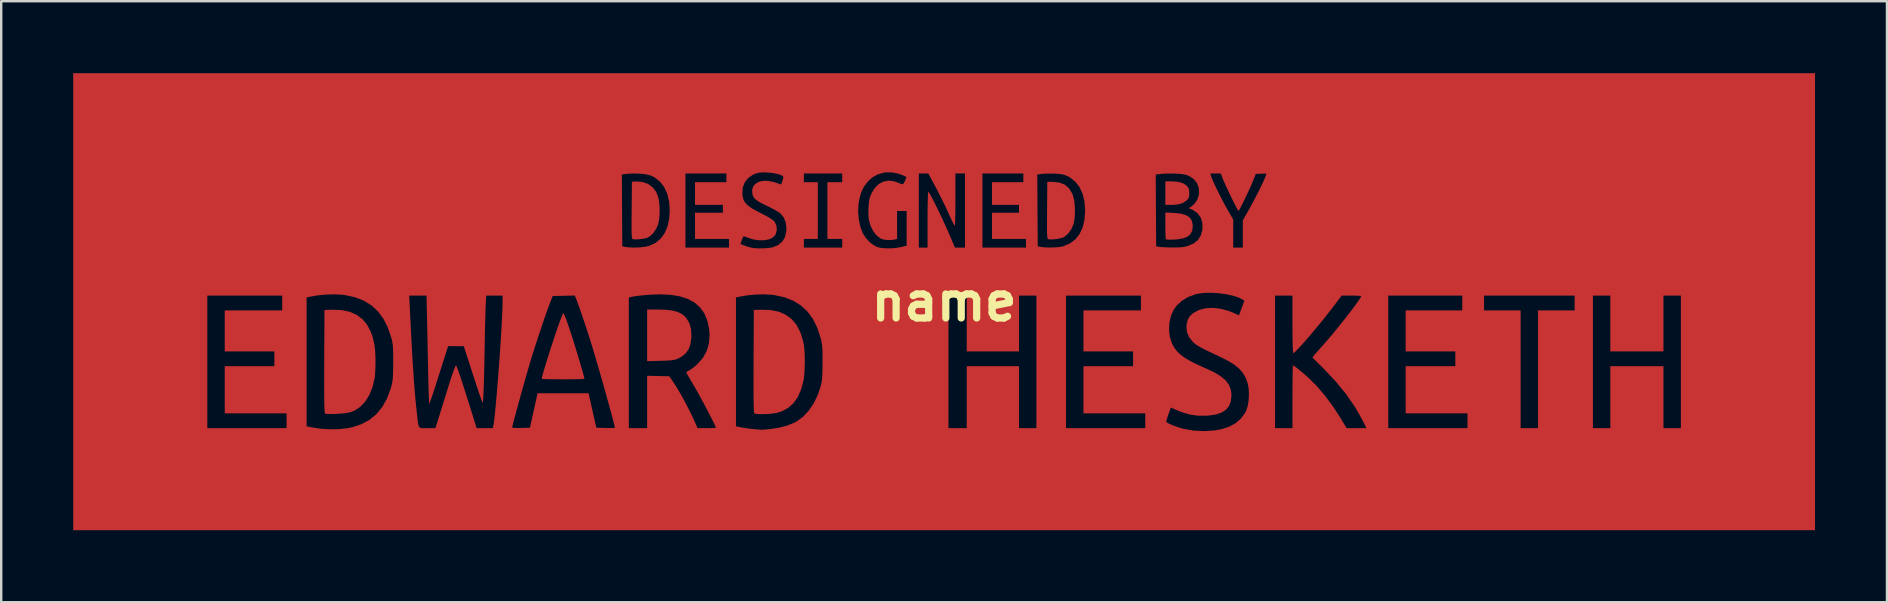
<source format=kicad_pcb>
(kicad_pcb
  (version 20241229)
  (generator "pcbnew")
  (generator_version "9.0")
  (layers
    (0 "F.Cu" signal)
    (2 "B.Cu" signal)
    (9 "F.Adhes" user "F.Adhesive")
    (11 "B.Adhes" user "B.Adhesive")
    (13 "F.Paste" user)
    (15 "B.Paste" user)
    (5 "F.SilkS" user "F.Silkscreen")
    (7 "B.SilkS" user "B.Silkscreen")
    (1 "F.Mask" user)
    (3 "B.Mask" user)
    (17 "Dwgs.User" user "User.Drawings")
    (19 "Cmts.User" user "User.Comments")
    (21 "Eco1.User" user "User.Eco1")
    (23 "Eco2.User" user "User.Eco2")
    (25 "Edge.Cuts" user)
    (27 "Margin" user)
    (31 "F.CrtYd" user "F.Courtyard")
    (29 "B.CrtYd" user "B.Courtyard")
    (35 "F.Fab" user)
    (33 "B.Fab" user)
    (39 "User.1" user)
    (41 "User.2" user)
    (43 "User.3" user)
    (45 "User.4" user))
  (footprint "name"
    (layer "F.Cu")
    (at 36.286 9.52)
    (property "Reference" "name" (at 0 0 0) (layer "F.SilkS") (effects (font (size 1.5 1.5) (thickness 0.3))))
    (attr board_only exclude_from_pos_files exclude_from_bom)
    (fp_poly (pts (xy 9.717 -4.998) (xy 9.921 -4.949) (xy 10.072 -4.864) (xy 10.111 -4.827) (xy 10.174 -4.75) (xy 10.205 -4.669) (xy 10.214 -4.553) (xy 10.214 -4.519) (xy 10.21 -4.396) (xy 10.188 -4.317) (xy 10.138 -4.251) (xy 10.098 -4.214) (xy 9.962 -4.121) (xy 9.793 -4.063) (xy 9.578 -4.036) (xy 9.461 -4.034) (xy 9.217 -4.033) (xy 9.217 -4.524) (xy 9.217 -5.015) (xy 9.455 -5.015)) (stroke (width 0) (type solid)) (fill yes) (layer "F.Cu"))
    (fp_poly (pts (xy 9.575 -3.699) (xy 9.849 -3.671) (xy 10.059 -3.614) (xy 10.21 -3.526) (xy 10.307 -3.404) (xy 10.354 -3.243) (xy 10.36 -3.143) (xy 10.336 -2.959) (xy 10.264 -2.815) (xy 10.138 -2.709) (xy 9.955 -2.637) (xy 9.71 -2.597) (xy 9.602 -2.589) (xy 9.453 -2.584) (xy 9.333 -2.586) (xy 9.258 -2.594) (xy 9.244 -2.6) (xy 9.234 -2.645) (xy 9.226 -2.748) (xy 9.22 -2.898) (xy 9.217 -3.08) (xy 9.217 -3.172) (xy 9.217 -3.716)) (stroke (width 0) (type solid)) (fill yes) (layer "F.Cu"))
    (fp_poly (pts (xy -11.612 0.336) (xy -11.346 0.365) (xy -11.131 0.417) (xy -10.957 0.495) (xy -10.816 0.602) (xy -10.743 0.68) (xy -10.618 0.885) (xy -10.546 1.135) (xy -10.528 1.431) (xy -10.532 1.508) (xy -10.57 1.778) (xy -10.651 1.995) (xy -10.781 2.168) (xy -10.966 2.306) (xy -11.085 2.368) (xy -11.166 2.401) (xy -11.252 2.424) (xy -11.356 2.441) (xy -11.494 2.452) (xy -11.68 2.46) (xy -11.82 2.464) (xy -12.373 2.479) (xy -12.373 1.403) (xy -12.373 0.327) (xy -11.94 0.327)) (stroke (width 0) (type solid)) (fill yes) (layer "F.Cu"))
    (fp_poly (pts (xy 4.555 -4.992) (xy 4.816 -4.96) (xy 5.03 -4.874) (xy 5.199 -4.73) (xy 5.327 -4.528) (xy 5.373 -4.415) (xy 5.418 -4.229) (xy 5.445 -3.998) (xy 5.452 -3.747) (xy 5.439 -3.503) (xy 5.407 -3.29) (xy 5.387 -3.217) (xy 5.301 -3.023) (xy 5.178 -2.851) (xy 5.035 -2.72) (xy 4.963 -2.678) (xy 4.858 -2.644) (xy 4.715 -2.616) (xy 4.562 -2.598) (xy 4.426 -2.594) (xy 4.345 -2.603) (xy 4.327 -2.612) (xy 4.313 -2.633) (xy 4.303 -2.674) (xy 4.295 -2.741) (xy 4.29 -2.842) (xy 4.287 -2.985) (xy 4.287 -3.176) (xy 4.288 -3.424) (xy 4.29 -3.736) (xy 4.29 -3.809) (xy 4.3 -4.996)) (stroke (width 0) (type solid)) (fill yes) (layer "F.Cu"))
    (fp_poly (pts (xy -12.754 -5.007) (xy -12.61 -4.991) (xy -12.532 -4.977) (xy -12.321 -4.898) (xy -12.139 -4.759) (xy -11.997 -4.57) (xy -11.916 -4.379) (xy -11.874 -4.173) (xy -11.853 -3.928) (xy -11.853 -3.669) (xy -11.873 -3.424) (xy -11.914 -3.223) (xy -11.994 -3.038) (xy -12.11 -2.868) (xy -12.246 -2.735) (xy -12.357 -2.668) (xy -12.46 -2.638) (xy -12.599 -2.614) (xy -12.749 -2.598) (xy -12.88 -2.594) (xy -12.964 -2.603) (xy -12.981 -2.612) (xy -12.995 -2.633) (xy -13.006 -2.674) (xy -13.013 -2.741) (xy -13.018 -2.842) (xy -13.021 -2.985) (xy -13.022 -3.176) (xy -13.021 -3.424) (xy -13.019 -3.736) (xy -13.018 -3.809) (xy -13.008 -4.996) (xy -12.871 -5.008)) (stroke (width 0) (type solid)) (fill yes) (layer "F.Cu"))
    (fp_poly (pts (xy -7.22 0.349) (xy -6.884 0.419) (xy -6.594 0.546) (xy -6.349 0.729) (xy -6.148 0.969) (xy -5.992 1.267) (xy -5.879 1.624) (xy -5.841 1.81) (xy -5.82 1.995) (xy -5.807 2.229) (xy -5.804 2.49) (xy -5.809 2.756) (xy -5.823 3.002) (xy -5.845 3.208) (xy -5.855 3.27) (xy -5.954 3.647) (xy -6.092 3.964) (xy -6.271 4.222) (xy -6.491 4.421) (xy -6.755 4.564) (xy -6.969 4.631) (xy -7.102 4.655) (xy -7.266 4.672) (xy -7.442 4.683) (xy -7.612 4.686) (xy -7.759 4.682) (xy -7.864 4.67) (xy -7.902 4.657) (xy -7.911 4.637) (xy -7.92 4.586) (xy -7.926 4.5) (xy -7.932 4.375) (xy -7.936 4.205) (xy -7.938 3.986) (xy -7.94 3.713) (xy -7.94 3.382) (xy -7.94 2.988) (xy -7.938 2.527) (xy -7.938 2.487) (xy -7.928 0.345) (xy -7.602 0.335)) (stroke (width 0) (type solid)) (fill yes) (layer "F.Cu"))
    (fp_poly (pts (xy -25.107 0.349) (xy -24.77 0.42) (xy -24.479 0.546) (xy -24.235 0.728) (xy -24.037 0.966) (xy -23.885 1.26) (xy -23.86 1.326) (xy -23.788 1.552) (xy -23.739 1.777) (xy -23.708 2.021) (xy -23.693 2.303) (xy -23.691 2.507) (xy -23.694 2.71) (xy -23.703 2.911) (xy -23.715 3.086) (xy -23.73 3.205) (xy -23.818 3.57) (xy -23.949 3.891) (xy -24.119 4.162) (xy -24.325 4.378) (xy -24.561 4.535) (xy -24.721 4.6) (xy -24.829 4.625) (xy -24.978 4.646) (xy -25.152 4.663) (xy -25.333 4.675) (xy -25.505 4.681) (xy -25.65 4.68) (xy -25.753 4.671) (xy -25.79 4.66) (xy -25.8 4.639) (xy -25.809 4.587) (xy -25.815 4.501) (xy -25.821 4.375) (xy -25.825 4.204) (xy -25.827 3.984) (xy -25.829 3.711) (xy -25.829 3.379) (xy -25.828 2.984) (xy -25.827 2.522) (xy -25.827 2.487) (xy -25.817 0.345) (xy -25.491 0.335)) (stroke (width 0) (type solid)) (fill yes) (layer "F.Cu"))
    (fp_poly (pts (xy -15.843 0.511) (xy -15.799 0.606) (xy -15.738 0.762) (xy -15.661 0.976) (xy -15.572 1.243) (xy -15.503 1.454) (xy -15.429 1.689) (xy -15.351 1.939) (xy -15.274 2.192) (xy -15.2 2.439) (xy -15.133 2.668) (xy -15.074 2.871) (xy -15.028 3.035) (xy -14.998 3.152) (xy -14.986 3.211) (xy -14.986 3.212) (xy -15.021 3.218) (xy -15.118 3.224) (xy -15.268 3.228) (xy -15.462 3.232) (xy -15.689 3.234) (xy -15.875 3.234) (xy -16.12 3.233) (xy -16.34 3.231) (xy -16.523 3.228) (xy -16.662 3.223) (xy -16.744 3.218) (xy -16.764 3.214) (xy -16.753 3.148) (xy -16.722 3.026) (xy -16.674 2.857) (xy -16.612 2.649) (xy -16.539 2.413) (xy -16.459 2.158) (xy -16.373 1.892) (xy -16.285 1.624) (xy -16.198 1.365) (xy -16.115 1.122) (xy -16.04 0.906) (xy -15.974 0.724) (xy -15.921 0.588) (xy -15.884 0.504) (xy -15.869 0.482)) (stroke (width 0) (type solid)) (fill yes) (layer "F.Cu"))
    (fp_poly (pts (xy 36.286 0) (xy 36.286 9.52) (xy 0 9.52) (xy -36.286 9.52) (xy -36.286 0) (xy -36.286 -0.254) (xy -30.698 -0.254) (xy -30.698 2.507) (xy -30.698 5.269) (xy -29.047 5.269) (xy -27.396 5.269) (xy -27.396 5.191) (xy -26.561 5.191) (xy -26.352 5.235) (xy -25.984 5.292) (xy -25.595 5.317) (xy -25.209 5.31) (xy -24.849 5.27) (xy -24.644 5.228) (xy -24.266 5.101) (xy -23.936 4.919) (xy -23.651 4.683) (xy -23.411 4.391) (xy -23.215 4.042) (xy -23.062 3.634) (xy -23.035 3.541) (xy -23.007 3.43) (xy -22.986 3.322) (xy -22.971 3.202) (xy -22.962 3.058) (xy -22.956 2.875) (xy -22.954 2.639) (xy -22.953 2.525) (xy -22.953 2.267) (xy -22.956 2.068) (xy -22.962 1.913) (xy -22.973 1.788) (xy -22.99 1.679) (xy -23.013 1.572) (xy -23.033 1.496) (xy -23.178 1.071) (xy -23.364 0.705) (xy -23.593 0.398) (xy -23.867 0.147) (xy -24.186 -0.048) (xy -24.553 -0.188) (xy -24.867 -0.254) (xy -22.286 -0.254) (xy -22.264 0.209) (xy -22.232 0.846) (xy -22.203 1.418) (xy -22.176 1.93) (xy -22.15 2.388) (xy -22.124 2.8) (xy -22.099 3.172) (xy -22.074 3.51) (xy -22.049 3.822) (xy -22.023 4.112) (xy -21.995 4.389) (xy -21.97 4.615) (xy -21.945 4.847) (xy -21.925 5.018) (xy -21.904 5.135) (xy -21.876 5.21) (xy -21.835 5.251) (xy -21.773 5.268) (xy -21.685 5.271) (xy -21.565 5.269) (xy -21.537 5.269) (xy -21.195 5.269) (xy -21.032 4.751) (xy -20.97 4.553) (xy -20.893 4.306) (xy -20.807 4.03) (xy -20.719 3.747) (xy -20.635 3.475) (xy -20.625 3.443) (xy -20.553 3.217) (xy -20.486 3.016) (xy -20.427 2.85) (xy -20.379 2.729) (xy -20.348 2.662) (xy -20.338 2.653) (xy -20.316 2.687) (xy -20.274 2.791) (xy -20.213 2.962) (xy -20.132 3.199) (xy -20.033 3.501) (xy -19.915 3.868) (xy -19.78 4.298) (xy -19.626 4.789) (xy -19.548 5.042) (xy -19.478 5.269) (xy -19.14 5.269) (xy -18.802 5.269) (xy -13.135 5.269) (xy -12.754 5.269) (xy -12.373 5.269) (xy -12.373 4.178) (xy -12.373 3.087) (xy -11.911 3.097) (xy -11.448 3.107) (xy -11.208 3.465) (xy -11.09 3.654) (xy -10.952 3.893) (xy -10.804 4.162) (xy -10.656 4.446) (xy -10.518 4.725) (xy -10.397 4.983) (xy -10.363 5.06) (xy -10.273 5.269) (xy -9.89 5.269) (xy -9.733 5.267) (xy -9.607 5.262) (xy -9.527 5.255) (xy -9.507 5.249) (xy -9.524 5.201) (xy -9.528 5.191) (xy -8.672 5.191) (xy -8.464 5.235) (xy -8.32 5.261) (xy -8.141 5.286) (xy -7.967 5.305) (xy -7.965 5.305) (xy -7.823 5.318) (xy -7.708 5.329) (xy -7.64 5.336) (xy -7.633 5.336) (xy -7.581 5.335) (xy -7.475 5.327) (xy -7.33 5.314) (xy -7.216 5.303) (xy -6.868 5.249) (xy -6.541 5.162) (xy -6.254 5.049) (xy -6.136 4.986) (xy -5.875 4.794) (xy -5.638 4.54) (xy -5.432 4.234) (xy -5.263 3.885) (xy -5.147 3.543) (xy -5.119 3.429) (xy -5.098 3.317) (xy -5.083 3.193) (xy -5.074 3.044) (xy -5.068 2.854) (xy -5.066 2.609) (xy -5.065 2.544) (xy -5.065 2.285) (xy -5.068 2.084) (xy -5.075 1.927) (xy -5.087 1.797) (xy -5.106 1.68) (xy -5.132 1.562) (xy -5.143 1.519) (xy -5.28 1.094) (xy -5.461 0.726) (xy -5.688 0.416) (xy -5.961 0.161) (xy -6.28 -0.038) (xy -6.647 -0.183) (xy -6.975 -0.254) (xy 0.181 -0.254) (xy 0.181 2.507) (xy 0.181 5.269) (xy 0.562 5.269) (xy 0.943 5.269) (xy 0.943 3.979) (xy 0.943 2.689) (xy 2.032 2.689) (xy 3.121 2.689) (xy 3.121 3.979) (xy 3.121 5.269) (xy 3.483 5.269) (xy 3.846 5.269) (xy 3.846 2.507) (xy 3.846 -0.254) (xy 5.08 -0.254) (xy 5.08 2.507) (xy 5.08 5.269) (xy 6.731 5.269) (xy 8.382 5.269) (xy 8.382 5.003) (xy 9.253 5.003) (xy 9.285 5.035) (xy 9.372 5.082) (xy 9.497 5.137) (xy 9.647 5.195) (xy 9.805 5.248) (xy 9.957 5.292) (xy 10.001 5.303) (xy 10.406 5.371) (xy 10.829 5.392) (xy 11.245 5.368) (xy 11.532 5.32) (xy 11.859 5.217) (xy 12.139 5.066) (xy 12.369 4.869) (xy 12.542 4.632) (xy 12.583 4.55) (xy 12.648 4.354) (xy 12.688 4.115) (xy 12.701 3.856) (xy 12.687 3.605) (xy 12.647 3.393) (xy 12.564 3.166) (xy 12.449 2.968) (xy 12.293 2.789) (xy 12.089 2.623) (xy 11.828 2.462) (xy 11.518 2.306) (xy 11.236 2.173) (xy 11.011 2.066) (xy 10.835 1.979) (xy 10.699 1.908) (xy 10.594 1.849) (xy 10.513 1.796) (xy 10.445 1.745) (xy 10.384 1.692) (xy 10.369 1.678) (xy 10.212 1.486) (xy 10.121 1.269) (xy 10.097 1.034) (xy 10.105 0.951) (xy 10.152 0.758) (xy 10.233 0.612) (xy 10.363 0.487) (xy 10.385 0.471) (xy 10.618 0.346) (xy 10.89 0.274) (xy 11.191 0.256) (xy 11.513 0.292) (xy 11.844 0.381) (xy 12.057 0.466) (xy 12.285 0.57) (xy 12.398 0.265) (xy 12.511 -0.04) (xy 12.431 -0.092) (xy 12.253 -0.181) (xy 12.021 -0.254) (xy 13.789 -0.254) (xy 13.789 2.507) (xy 13.789 5.269) (xy 14.151 5.269) (xy 14.514 5.269) (xy 14.514 3.961) (xy 14.515 3.661) (xy 14.517 3.385) (xy 14.519 3.141) (xy 14.523 2.938) (xy 14.527 2.784) (xy 14.531 2.686) (xy 14.536 2.653) (xy 14.582 2.676) (xy 14.672 2.741) (xy 14.798 2.842) (xy 14.952 2.97) (xy 15.124 3.119) (xy 15.129 3.123) (xy 15.513 3.499) (xy 15.892 3.943) (xy 16.261 4.448) (xy 16.581 4.951) (xy 16.77 5.269) (xy 17.185 5.269) (xy 17.599 5.269) (xy 17.431 4.933) (xy 17.126 4.394) (xy 16.752 3.854) (xy 16.31 3.314) (xy 15.813 2.788) (xy 15.345 2.324) (xy 15.429 2.221) (xy 15.484 2.155) (xy 15.577 2.049) (xy 15.693 1.917) (xy 15.821 1.774) (xy 15.835 1.758) (xy 15.985 1.587) (xy 16.152 1.391) (xy 16.328 1.177) (xy 16.508 0.954) (xy 16.687 0.73) (xy 16.857 0.512) (xy 17.013 0.308) (xy 17.149 0.125) (xy 17.259 -0.029) (xy 17.337 -0.145) (xy 17.377 -0.217) (xy 17.381 -0.231) (xy 17.347 -0.241) (xy 17.255 -0.248) (xy 17.119 -0.253) (xy 16.973 -0.254) (xy 16.564 -0.254) (xy 16.214 0.209) (xy 16.036 0.44) (xy 15.846 0.681) (xy 15.649 0.923) (xy 15.452 1.161) (xy 15.261 1.389) (xy 15.08 1.598) (xy 14.916 1.783) (xy 14.775 1.937) (xy 14.663 2.052) (xy 14.584 2.124) (xy 14.548 2.144) (xy 14.539 2.109) (xy 14.531 2.007) (xy 14.525 1.844) (xy 14.519 1.627) (xy 14.516 1.361) (xy 14.514 1.053) (xy 14.514 0.945) (xy 14.514 -0.254) (xy 18.506 -0.254) (xy 18.506 2.507) (xy 18.506 5.269) (xy 20.157 5.269) (xy 21.808 5.269) (xy 21.808 4.96) (xy 21.808 4.651) (xy 20.52 4.651) (xy 19.231 4.651) (xy 19.231 3.67) (xy 19.231 2.689) (xy 20.266 2.689) (xy 21.3 2.689) (xy 21.3 2.38) (xy 21.3 2.071) (xy 20.266 2.071) (xy 19.231 2.071) (xy 19.231 1.217) (xy 19.231 0.363) (xy 20.411 0.363) (xy 21.59 0.363) (xy 21.59 0.055) (xy 21.59 -0.254) (xy 22.497 -0.254) (xy 22.497 0.055) (xy 22.497 0.363) (xy 23.259 0.363) (xy 24.021 0.363) (xy 24.021 2.816) (xy 24.021 5.269) (xy 24.384 5.269) (xy 24.747 5.269) (xy 24.747 2.816) (xy 24.747 0.363) (xy 25.509 0.363) (xy 26.271 0.363) (xy 26.271 0.055) (xy 26.271 -0.254) (xy 27.033 -0.254) (xy 27.033 2.507) (xy 27.033 5.269) (xy 27.396 5.269) (xy 27.759 5.269) (xy 27.759 3.979) (xy 27.759 2.689) (xy 28.865 2.689) (xy 29.972 2.689) (xy 29.972 3.979) (xy 29.972 5.269) (xy 30.335 5.269) (xy 30.698 5.269) (xy 30.698 2.507) (xy 30.698 -0.254) (xy 30.335 -0.254) (xy 29.972 -0.254) (xy 29.972 0.908) (xy 29.972 2.071) (xy 28.865 2.071) (xy 27.759 2.071) (xy 27.759 0.908) (xy 27.759 -0.254) (xy 27.396 -0.254) (xy 27.033 -0.254) (xy 26.271 -0.254) (xy 24.384 -0.254) (xy 22.497 -0.254) (xy 21.59 -0.254) (xy 20.048 -0.254) (xy 18.506 -0.254) (xy 14.514 -0.254) (xy 14.151 -0.254) (xy 13.789 -0.254) (xy 12.021 -0.254) (xy 12.02 -0.255) (xy 11.749 -0.313) (xy 11.456 -0.352) (xy 11.159 -0.371) (xy 10.874 -0.368) (xy 10.617 -0.34) (xy 10.496 -0.315) (xy 10.181 -0.202) (xy 9.91 -0.04) (xy 9.688 0.165) (xy 9.56 0.344) (xy 9.448 0.6) (xy 9.385 0.888) (xy 9.372 1.19) (xy 9.409 1.483) (xy 9.497 1.747) (xy 9.505 1.765) (xy 9.597 1.926) (xy 9.71 2.072) (xy 9.851 2.208) (xy 10.029 2.338) (xy 10.252 2.47) (xy 10.527 2.609) (xy 10.862 2.761) (xy 10.941 2.795) (xy 11.268 2.949) (xy 11.527 3.107) (xy 11.723 3.272) (xy 11.859 3.449) (xy 11.941 3.643) (xy 11.973 3.859) (xy 11.973 3.904) (xy 11.947 4.15) (xy 11.868 4.352) (xy 11.734 4.511) (xy 11.544 4.628) (xy 11.295 4.707) (xy 10.986 4.747) (xy 10.924 4.75) (xy 10.566 4.748) (xy 10.241 4.702) (xy 9.919 4.608) (xy 9.728 4.532) (xy 9.446 4.41) (xy 9.349 4.685) (xy 9.304 4.819) (xy 9.27 4.93) (xy 9.253 4.996) (xy 9.253 5.003) (xy 8.382 5.003) (xy 8.382 4.96) (xy 8.382 4.651) (xy 7.094 4.651) (xy 5.806 4.651) (xy 5.806 3.67) (xy 5.806 2.689) (xy 6.84 2.689) (xy 7.874 2.689) (xy 7.874 2.38) (xy 7.874 2.071) (xy 6.84 2.071) (xy 5.806 2.071) (xy 5.806 1.217) (xy 5.806 0.363) (xy 7.003 0.363) (xy 8.201 0.363) (xy 8.201 0.055) (xy 8.201 -0.254) (xy 6.64 -0.254) (xy 5.08 -0.254) (xy 3.846 -0.254) (xy 3.483 -0.254) (xy 3.121 -0.254) (xy 3.121 0.908) (xy 3.121 2.071) (xy 2.032 2.071) (xy 0.943 2.071) (xy 0.943 0.908) (xy 0.943 -0.254) (xy 0.562 -0.254) (xy 0.181 -0.254) (xy -6.975 -0.254) (xy -7.062 -0.273) (xy -7.202 -0.291) (xy -7.514 -0.307) (xy -7.859 -0.297) (xy -8.205 -0.264) (xy -8.482 -0.217) (xy -8.672 -0.176) (xy -8.672 2.508) (xy -8.672 5.191) (xy -9.528 5.191) (xy -9.57 5.101) (xy -9.641 4.956) (xy -9.731 4.779) (xy -9.835 4.578) (xy -9.948 4.363) (xy -10.064 4.146) (xy -10.178 3.935) (xy -10.285 3.741) (xy -10.379 3.575) (xy -10.449 3.457) (xy -10.549 3.289) (xy -10.635 3.144) (xy -10.699 3.031) (xy -10.735 2.962) (xy -10.741 2.948) (xy -10.711 2.916) (xy -10.638 2.872) (xy -10.619 2.862) (xy -10.534 2.81) (xy -10.42 2.723) (xy -10.298 2.619) (xy -10.275 2.598) (xy -10.051 2.344) (xy -9.892 2.059) (xy -9.798 1.742) (xy -9.77 1.395) (xy -9.79 1.135) (xy -9.863 0.792) (xy -9.986 0.496) (xy -10.158 0.248) (xy -10.382 0.047) (xy -10.659 -0.109) (xy -10.99 -0.219) (xy -11.377 -0.285) (xy -11.82 -0.307) (xy -12.264 -0.291) (xy -12.466 -0.274) (xy -12.659 -0.255) (xy -12.824 -0.236) (xy -12.939 -0.218) (xy -12.951 -0.215) (xy -13.135 -0.176) (xy -13.135 2.547) (xy -13.135 5.269) (xy -18.802 5.269) (xy -18.796 5.241) (xy -17.998 5.241) (xy -17.964 5.253) (xy -17.873 5.26) (xy -17.74 5.263) (xy -17.627 5.261) (xy -17.256 5.251) (xy -17.159 4.815) (xy -17.114 4.611) (xy -17.067 4.4) (xy -17.025 4.211) (xy -17 4.097) (xy -16.938 3.815) (xy -15.875 3.815) (xy -14.812 3.815) (xy -14.75 4.097) (xy -14.715 4.251) (xy -14.671 4.448) (xy -14.624 4.659) (xy -14.588 4.815) (xy -14.489 5.251) (xy -14.103 5.261) (xy -13.945 5.263) (xy -13.818 5.262) (xy -13.738 5.256) (xy -13.716 5.249) (xy -13.726 5.196) (xy -13.754 5.082) (xy -13.797 4.913) (xy -13.854 4.699) (xy -13.923 4.448) (xy -14 4.167) (xy -14.084 3.866) (xy -14.172 3.551) (xy -14.263 3.231) (xy -14.353 2.914) (xy -14.442 2.609) (xy -14.525 2.323) (xy -14.602 2.064) (xy -14.665 1.857) (xy -14.737 1.624) (xy -14.82 1.366) (xy -14.909 1.094) (xy -14.999 0.82) (xy -15.088 0.558) (xy -15.17 0.319) (xy -15.242 0.115) (xy -15.299 -0.041) (xy -15.33 -0.119) (xy -15.387 -0.257) (xy -15.847 -0.246) (xy -16.308 -0.236) (xy -16.428 0.073) (xy -16.502 0.269) (xy -16.593 0.523) (xy -16.696 0.821) (xy -16.808 1.152) (xy -16.925 1.503) (xy -17.041 1.863) (xy -17.154 2.218) (xy -17.181 2.303) (xy -17.228 2.457) (xy -17.287 2.656) (xy -17.354 2.89) (xy -17.429 3.15) (xy -17.508 3.429) (xy -17.589 3.715) (xy -17.668 4.002) (xy -17.745 4.279) (xy -17.816 4.537) (xy -17.878 4.769) (xy -17.93 4.964) (xy -17.969 5.114) (xy -17.992 5.21) (xy -17.998 5.241) (xy -18.796 5.241) (xy -18.781 5.169) (xy -18.76 5.043) (xy -18.736 4.853) (xy -18.71 4.607) (xy -18.681 4.313) (xy -18.651 3.98) (xy -18.62 3.616) (xy -18.588 3.229) (xy -18.557 2.827) (xy -18.527 2.419) (xy -18.499 2.014) (xy -18.473 1.618) (xy -18.45 1.242) (xy -18.43 0.892) (xy -18.414 0.578) (xy -18.403 0.308) (xy -18.398 0.089) (xy -18.397 0.009) (xy -18.397 -0.254) (xy -18.738 -0.254) (xy -19.079 -0.254) (xy -19.1 0.154) (xy -19.106 0.293) (xy -19.112 0.491) (xy -19.119 0.737) (xy -19.126 1.018) (xy -19.132 1.321) (xy -19.138 1.634) (xy -19.14 1.781) (xy -19.149 2.272) (xy -19.158 2.715) (xy -19.168 3.107) (xy -19.177 3.446) (xy -19.188 3.726) (xy -19.198 3.947) (xy -19.209 4.103) (xy -19.219 4.193) (xy -19.227 4.214) (xy -19.243 4.181) (xy -19.278 4.086) (xy -19.331 3.938) (xy -19.397 3.744) (xy -19.474 3.514) (xy -19.559 3.253) (xy -19.631 3.034) (xy -20.012 1.854) (xy -20.339 1.853) (xy -20.666 1.853) (xy -21.046 3.052) (xy -21.136 3.333) (xy -21.219 3.59) (xy -21.293 3.816) (xy -21.356 4.003) (xy -21.405 4.143) (xy -21.436 4.228) (xy -21.448 4.252) (xy -21.454 4.217) (xy -21.461 4.118) (xy -21.468 3.963) (xy -21.476 3.762) (xy -21.483 3.522) (xy -21.49 3.252) (xy -21.494 3.08) (xy -21.501 2.723) (xy -21.509 2.325) (xy -21.518 1.91) (xy -21.527 1.501) (xy -21.535 1.12) (xy -21.541 0.827) (xy -21.565 -0.254) (xy -21.926 -0.254) (xy -22.286 -0.254) (xy -24.867 -0.254) (xy -24.969 -0.276) (xy -25.09 -0.291) (xy -25.403 -0.307) (xy -25.748 -0.297) (xy -26.094 -0.264) (xy -26.371 -0.217) (xy -26.561 -0.176) (xy -26.561 2.508) (xy -26.561 5.191) (xy -27.396 5.191) (xy -27.396 4.96) (xy -27.396 4.651) (xy -28.684 4.651) (xy -29.972 4.651) (xy -29.972 3.67) (xy -29.972 2.689) (xy -28.938 2.689) (xy -27.904 2.689) (xy -27.904 2.38) (xy -27.904 2.071) (xy -28.938 2.071) (xy -29.972 2.071) (xy -29.972 1.217) (xy -29.972 0.363) (xy -28.775 0.363) (xy -27.577 0.363) (xy -27.577 0.055) (xy -27.577 -0.254) (xy -29.137 -0.254) (xy -30.698 -0.254) (xy -36.286 -0.254) (xy -36.286 -5.3) (xy -13.427 -5.3) (xy -13.417 -3.804) (xy -13.408 -2.308) (xy -13.299 -2.285) (xy -13.116 -2.261) (xy -12.894 -2.255) (xy -12.661 -2.265) (xy -12.445 -2.291) (xy -12.292 -2.325) (xy -12.036 -2.441) (xy -11.822 -2.613) (xy -11.653 -2.839) (xy -11.53 -3.115) (xy -11.455 -3.438) (xy -11.43 -3.797) (xy -11.456 -4.167) (xy -11.534 -4.493) (xy -11.661 -4.772) (xy -11.837 -5) (xy -12.059 -5.176) (xy -12.186 -5.243) (xy -12.329 -5.287) (xy -12.523 -5.32) (xy -12.746 -5.338) (xy -12.961 -5.342) (xy -10.777 -5.342) (xy -10.777 -3.797) (xy -10.777 -2.253) (xy -9.87 -2.253) (xy -8.963 -2.253) (xy -8.963 -2.402) (xy -8.485 -2.402) (xy -8.327 -2.342) (xy -8.2 -2.297) (xy -8.077 -2.26) (xy -8.048 -2.252) (xy -7.897 -2.23) (xy -7.704 -2.221) (xy -7.497 -2.224) (xy -7.301 -2.239) (xy -7.145 -2.265) (xy -7.12 -2.272) (xy -6.899 -2.369) (xy -6.735 -2.51) (xy -6.627 -2.698) (xy -6.574 -2.932) (xy -6.569 -3.05) (xy -6.597 -3.303) (xy -6.683 -3.513) (xy -6.829 -3.683) (xy -6.852 -3.701) (xy -6.938 -3.759) (xy -7.072 -3.836) (xy -7.234 -3.921) (xy -7.383 -3.994) (xy -7.593 -4.096) (xy -7.745 -4.181) (xy -7.851 -4.256) (xy -7.92 -4.329) (xy -7.964 -4.41) (xy -7.982 -4.466) (xy -8.001 -4.643) (xy -7.959 -4.792) (xy -7.863 -4.91) (xy -7.721 -4.992) (xy -7.541 -5.035) (xy -7.329 -5.034) (xy -7.093 -4.985) (xy -7.05 -4.971) (xy -6.788 -4.883) (xy -6.732 -5.046) (xy -6.701 -5.153) (xy -6.7 -5.212) (xy -6.722 -5.24) (xy -6.835 -5.291) (xy -7 -5.335) (xy -7.038 -5.342) (xy -5.842 -5.342) (xy -5.842 -5.16) (xy -5.842 -4.978) (xy -5.552 -4.978) (xy -5.261 -4.978) (xy -5.261 -3.797) (xy -5.261 -2.616) (xy -5.552 -2.616) (xy -5.842 -2.616) (xy -5.842 -2.435) (xy -5.842 -2.253) (xy -5.044 -2.253) (xy -4.245 -2.253) (xy -4.245 -2.435) (xy -4.245 -2.616) (xy -4.554 -2.616) (xy -4.862 -2.616) (xy -4.862 -3.753) (xy -3.582 -3.753) (xy -3.555 -3.432) (xy -3.491 -3.125) (xy -3.391 -2.859) (xy -3.391 -2.858) (xy -3.271 -2.667) (xy -3.113 -2.493) (xy -2.937 -2.354) (xy -2.784 -2.277) (xy -2.628 -2.241) (xy -2.426 -2.224) (xy -2.202 -2.224) (xy -1.981 -2.242) (xy -1.795 -2.276) (xy -1.56 -2.334) (xy -1.56 -3.057) (xy -1.56 -3.779) (xy -1.76 -3.779) (xy -1.959 -3.779) (xy -1.959 -3.198) (xy -1.959 -2.618) (xy -2.059 -2.59) (xy -2.204 -2.569) (xy -2.371 -2.57) (xy -2.529 -2.592) (xy -2.635 -2.628) (xy -2.809 -2.756) (xy -2.956 -2.942) (xy -3.067 -3.174) (xy -3.087 -3.236) (xy -3.125 -3.374) (xy -3.146 -3.501) (xy -3.155 -3.641) (xy -3.152 -3.822) (xy -3.15 -3.882) (xy -3.139 -4.075) (xy -3.121 -4.22) (xy -3.093 -4.338) (xy -3.049 -4.456) (xy -3.031 -4.497) (xy -2.895 -4.729) (xy -2.725 -4.899) (xy -2.528 -5.004) (xy -2.308 -5.044) (xy -2.072 -5.015) (xy -1.879 -4.942) (xy -1.78 -4.899) (xy -1.718 -4.897) (xy -1.672 -4.945) (xy -1.624 -5.051) (xy -1.621 -5.058) (xy -1.566 -5.192) (xy -1.725 -5.27) (xy -1.93 -5.342) (xy -1.052 -5.342) (xy -1.052 -3.797) (xy -1.052 -2.253) (xy -0.871 -2.253) (xy -0.689 -2.253) (xy -0.689 -3.416) (xy -0.689 -3.698) (xy -0.686 -3.956) (xy -0.682 -4.18) (xy -0.677 -4.362) (xy -0.671 -4.494) (xy -0.664 -4.567) (xy -0.66 -4.579) (xy -0.63 -4.547) (xy -0.575 -4.457) (xy -0.499 -4.318) (xy -0.406 -4.138) (xy -0.301 -3.926) (xy -0.187 -3.691) (xy -0.069 -3.44) (xy 0.049 -3.184) (xy 0.164 -2.929) (xy 0.27 -2.685) (xy 0.363 -2.462) (xy 0.449 -2.253) (xy 0.66 -2.253) (xy 0.871 -2.253) (xy 0.871 -3.797) (xy 0.871 -5.342) (xy 1.597 -5.342) (xy 1.597 -3.797) (xy 1.597 -2.253) (xy 2.504 -2.253) (xy 3.411 -2.253) (xy 3.411 -2.435) (xy 3.411 -2.616) (xy 2.703 -2.616) (xy 1.996 -2.616) (xy 1.996 -3.161) (xy 1.996 -3.706) (xy 2.558 -3.706) (xy 3.121 -3.706) (xy 3.121 -3.87) (xy 3.121 -4.033) (xy 2.558 -4.033) (xy 1.996 -4.033) (xy 1.996 -4.506) (xy 1.996 -4.978) (xy 2.649 -4.978) (xy 3.302 -4.978) (xy 3.302 -5.16) (xy 3.302 -5.3) (xy 3.882 -5.3) (xy 3.891 -3.804) (xy 3.901 -2.308) (xy 4.01 -2.285) (xy 4.161 -2.265) (xy 4.354 -2.257) (xy 4.562 -2.26) (xy 4.76 -2.274) (xy 4.922 -2.298) (xy 4.97 -2.311) (xy 5.243 -2.426) (xy 5.468 -2.596) (xy 5.645 -2.819) (xy 5.773 -3.093) (xy 5.85 -3.418) (xy 5.877 -3.791) (xy 5.877 -3.797) (xy 5.851 -4.166) (xy 5.773 -4.491) (xy 5.646 -4.769) (xy 5.471 -4.997) (xy 5.249 -5.173) (xy 5.16 -5.221) (xy 5.039 -5.274) (xy 4.96 -5.295) (xy 8.817 -5.295) (xy 8.826 -3.801) (xy 8.836 -2.307) (xy 8.963 -2.285) (xy 9.05 -2.275) (xy 9.19 -2.267) (xy 9.361 -2.261) (xy 9.512 -2.258) (xy 9.733 -2.259) (xy 9.903 -2.27) (xy 10.045 -2.292) (xy 10.166 -2.325) (xy 10.402 -2.427) (xy 10.578 -2.572) (xy 10.697 -2.76) (xy 10.761 -2.995) (xy 10.767 -3.053) (xy 10.759 -3.298) (xy 10.688 -3.511) (xy 10.56 -3.686) (xy 10.376 -3.817) (xy 10.343 -3.833) (xy 10.196 -3.899) (xy 10.303 -3.965) (xy 10.439 -4.085) (xy 10.548 -4.251) (xy 10.613 -4.439) (xy 10.624 -4.507) (xy 10.613 -4.737) (xy 10.537 -4.94) (xy 10.402 -5.109) (xy 10.214 -5.235) (xy 10.081 -5.286) (xy 9.946 -5.312) (xy 9.759 -5.331) (xy 9.544 -5.341) (xy 9.321 -5.341) (xy 9.112 -5.332) (xy 8.985 -5.318) (xy 8.817 -5.295) (xy 4.96 -5.295) (xy 4.918 -5.307) (xy 4.772 -5.326) (xy 4.62 -5.335) (xy 4.442 -5.339) (xy 4.263 -5.337) (xy 4.116 -5.329) (xy 4.083 -5.325) (xy 3.882 -5.3) (xy 3.302 -5.3) (xy 3.302 -5.342) (xy 11.096 -5.342) (xy 11.12 -5.242) (xy 11.151 -5.154) (xy 11.21 -5.016) (xy 11.291 -4.839) (xy 11.389 -4.636) (xy 11.496 -4.42) (xy 11.608 -4.203) (xy 11.716 -3.999) (xy 11.816 -3.819) (xy 11.823 -3.808) (xy 12.047 -3.42) (xy 12.047 -2.836) (xy 12.047 -2.253) (xy 12.246 -2.253) (xy 12.446 -2.253) (xy 12.446 -2.82) (xy 12.446 -3.387) (xy 12.695 -3.828) (xy 12.827 -4.067) (xy 12.957 -4.311) (xy 13.08 -4.55) (xy 13.192 -4.774) (xy 13.287 -4.974) (xy 13.36 -5.14) (xy 13.408 -5.262) (xy 13.426 -5.331) (xy 13.426 -5.331) (xy 13.393 -5.337) (xy 13.307 -5.338) (xy 13.205 -5.334) (xy 12.985 -5.323) (xy 12.883 -5.062) (xy 12.831 -4.935) (xy 12.762 -4.777) (xy 12.681 -4.599) (xy 12.594 -4.413) (xy 12.506 -4.232) (xy 12.425 -4.066) (xy 12.354 -3.928) (xy 12.3 -3.829) (xy 12.269 -3.782) (xy 12.265 -3.779) (xy 12.242 -3.81) (xy 12.195 -3.896) (xy 12.128 -4.024) (xy 12.048 -4.184) (xy 11.96 -4.363) (xy 11.87 -4.551) (xy 11.783 -4.735) (xy 11.705 -4.904) (xy 11.642 -5.047) (xy 11.598 -5.152) (xy 11.592 -5.169) (xy 11.529 -5.342) (xy 11.312 -5.342) (xy 11.096 -5.342) (xy 3.302 -5.342) (xy 2.449 -5.342) (xy 1.597 -5.342) (xy 0.871 -5.342) (xy 0.671 -5.342) (xy 0.472 -5.342) (xy 0.472 -4.252) (xy 0.471 -3.978) (xy 0.468 -3.73) (xy 0.464 -3.516) (xy 0.459 -3.345) (xy 0.453 -3.225) (xy 0.446 -3.166) (xy 0.443 -3.161) (xy 0.419 -3.193) (xy 0.373 -3.28) (xy 0.309 -3.411) (xy 0.233 -3.575) (xy 0.186 -3.679) (xy 0.086 -3.9) (xy -0.038 -4.157) (xy -0.171 -4.425) (xy -0.3 -4.676) (xy -0.35 -4.769) (xy -0.658 -5.342) (xy -0.855 -5.342) (xy -1.052 -5.342) (xy -1.93 -5.342) (xy -1.935 -5.343) (xy -2.176 -5.385) (xy -2.412 -5.389) (xy -2.517 -5.375) (xy -2.777 -5.299) (xy -2.999 -5.17) (xy -3.185 -4.998) (xy -3.34 -4.793) (xy -3.454 -4.555) (xy -3.532 -4.271) (xy -3.566 -4.065) (xy -3.582 -3.753) (xy -4.862 -3.753) (xy -4.862 -3.797) (xy -4.862 -4.978) (xy -4.554 -4.978) (xy -4.245 -4.978) (xy -4.245 -5.16) (xy -4.245 -5.342) (xy -5.044 -5.342) (xy -5.842 -5.342) (xy -7.038 -5.342) (xy -7.193 -5.368) (xy -7.392 -5.385) (xy -7.459 -5.387) (xy -7.626 -5.384) (xy -7.749 -5.369) (xy -7.857 -5.337) (xy -7.965 -5.289) (xy -8.161 -5.155) (xy -8.303 -4.977) (xy -8.387 -4.763) (xy -8.407 -4.519) (xy -8.399 -4.422) (xy -8.369 -4.285) (xy -8.317 -4.167) (xy -8.232 -4.06) (xy -8.106 -3.955) (xy -7.931 -3.844) (xy -7.699 -3.719) (xy -7.638 -3.688) (xy -7.425 -3.579) (xy -7.269 -3.491) (xy -7.16 -3.419) (xy -7.087 -3.357) (xy -7.049 -3.31) (xy -6.981 -3.147) (xy -6.972 -2.967) (xy -7.024 -2.796) (xy -7.038 -2.772) (xy -7.142 -2.668) (xy -7.298 -2.597) (xy -7.493 -2.56) (xy -7.714 -2.559) (xy -7.948 -2.595) (xy -8.143 -2.655) (xy -8.25 -2.694) (xy -8.327 -2.72) (xy -8.351 -2.725) (xy -8.376 -2.694) (xy -8.411 -2.615) (xy -8.43 -2.564) (xy -8.485 -2.402) (xy -8.963 -2.402) (xy -8.963 -2.435) (xy -8.963 -2.616) (xy -9.67 -2.616) (xy -10.378 -2.616) (xy -10.378 -3.161) (xy -10.378 -3.706) (xy -9.797 -3.706) (xy -9.217 -3.706) (xy -9.217 -3.87) (xy -9.217 -4.033) (xy -9.797 -4.033) (xy -10.378 -4.033) (xy -10.378 -4.506) (xy -10.378 -4.978) (xy -9.725 -4.978) (xy -9.071 -4.978) (xy -9.071 -5.16) (xy -9.071 -5.342) (xy -9.924 -5.342) (xy -10.777 -5.342) (xy -12.961 -5.342) (xy -12.978 -5.342) (xy -13.197 -5.328) (xy -13.226 -5.325) (xy -13.427 -5.3) (xy -36.286 -5.3) (xy -36.286 -9.52) (xy 0 -9.52) (xy 36.286 -9.52)) (stroke (width 0) (type solid)) (fill yes) (layer "F.Cu")))
  (gr_rect
    (start -3 -3)
    (end 75.571 22.041)
    (stroke (width 0.1) (type default))
    (fill no)
    (layer "Edge.Cuts")))
</source>
